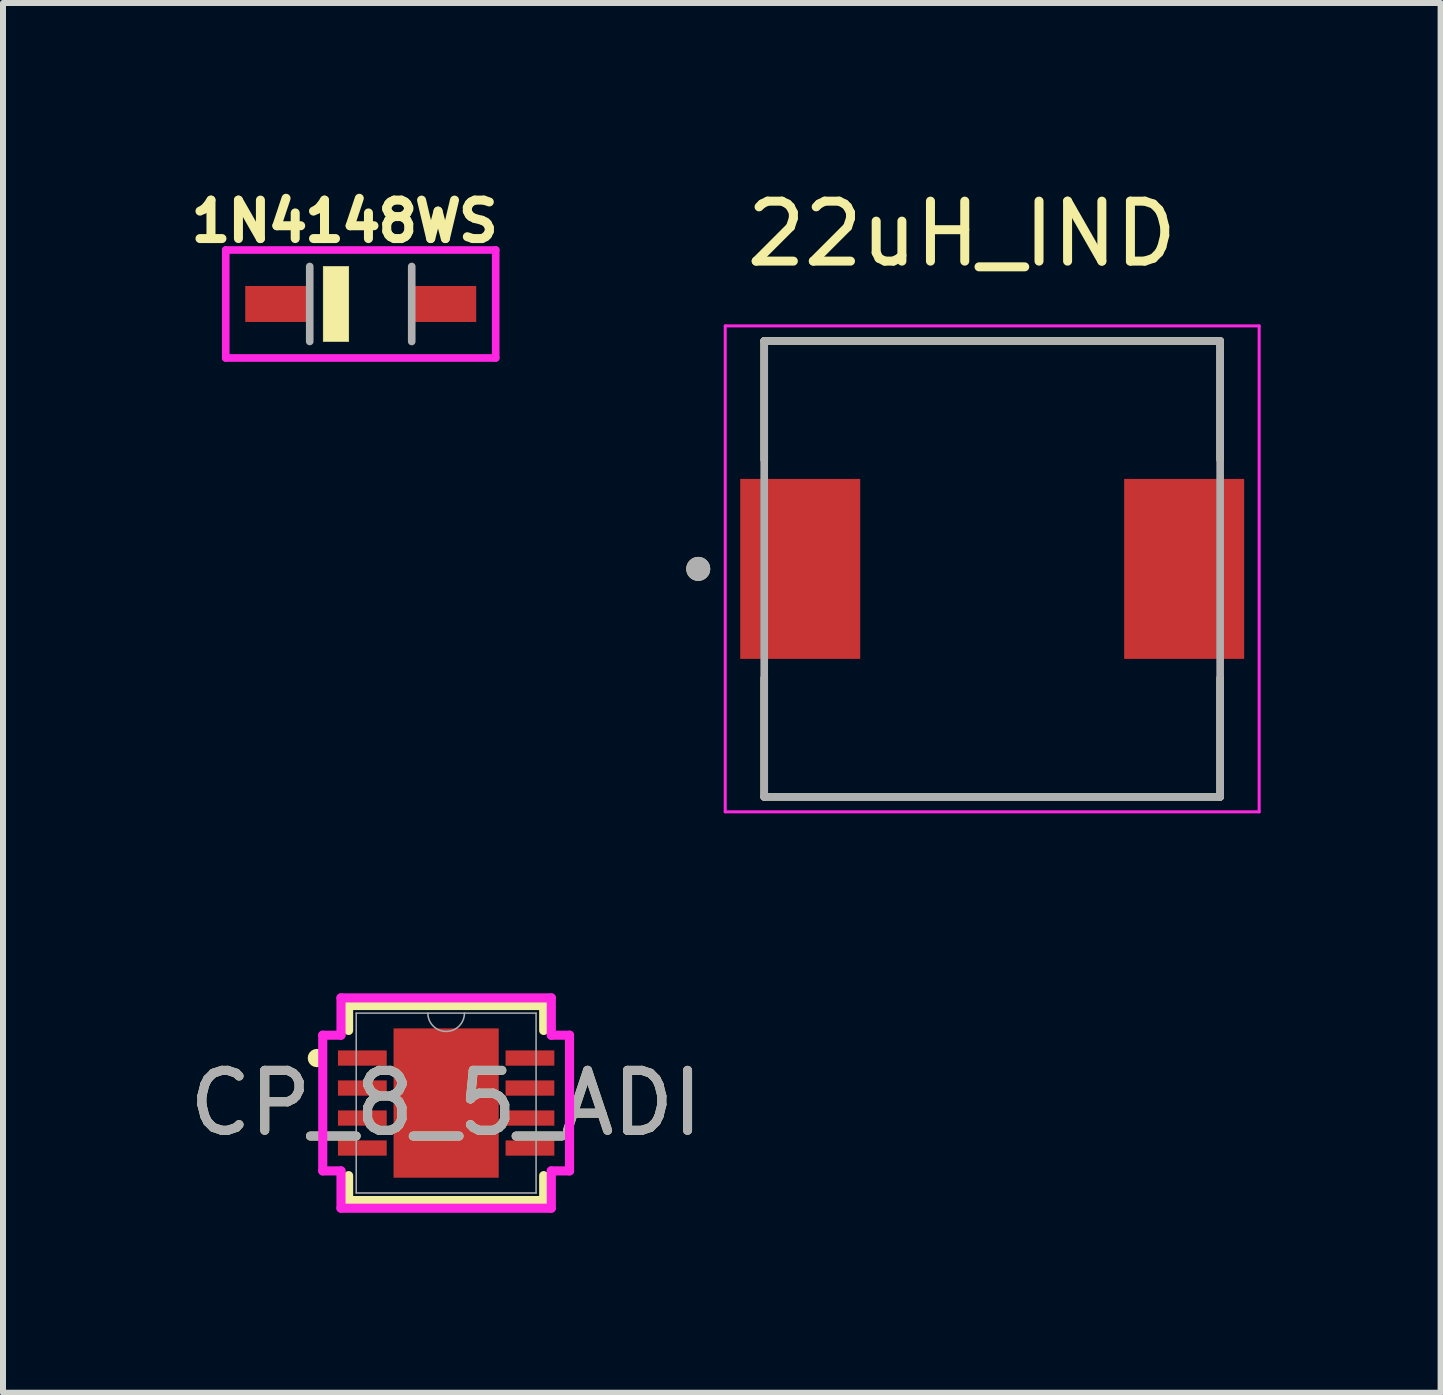
<source format=kicad_pcb>
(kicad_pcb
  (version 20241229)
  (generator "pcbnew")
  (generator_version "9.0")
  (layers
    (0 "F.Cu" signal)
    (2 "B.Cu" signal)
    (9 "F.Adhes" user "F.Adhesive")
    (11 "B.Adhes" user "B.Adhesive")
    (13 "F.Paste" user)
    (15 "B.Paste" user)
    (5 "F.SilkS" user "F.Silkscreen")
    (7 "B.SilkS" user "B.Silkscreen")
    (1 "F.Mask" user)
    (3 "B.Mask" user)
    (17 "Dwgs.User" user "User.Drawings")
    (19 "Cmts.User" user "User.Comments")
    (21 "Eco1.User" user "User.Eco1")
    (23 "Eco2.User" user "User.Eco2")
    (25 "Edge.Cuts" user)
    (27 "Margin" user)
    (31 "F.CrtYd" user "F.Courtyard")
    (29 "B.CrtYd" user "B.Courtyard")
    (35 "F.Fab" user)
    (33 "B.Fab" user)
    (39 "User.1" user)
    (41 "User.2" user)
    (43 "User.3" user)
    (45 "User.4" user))
  (footprint "22uH_IND"
    (layer "F.Cu")
    (at 13.489 6.433)
    (property "Reference" "22uH_IND" (at -0.505 -5.585 0) (layer "F.SilkS") (effects (font (size 1 1) (thickness 0.15))))
    (attr smd)
    (fp_line (start -3.8 -3.8) (end 3.8 -3.8) (stroke (width 0.127) (type solid)) (layer "F.SilkS"))
    (fp_line (start -3.8 -1.82) (end -3.8 -3.8) (stroke (width 0.127) (type solid)) (layer "F.SilkS"))
    (fp_line (start -3.8 1.82) (end -3.8 3.8) (stroke (width 0.127) (type solid)) (layer "F.SilkS"))
    (fp_line (start -3.8 3.8) (end 3.8 3.8) (stroke (width 0.127) (type solid)) (layer "F.SilkS"))
    (fp_line (start 3.8 -3.8) (end 3.8 -1.82) (stroke (width 0.127) (type solid)) (layer "F.SilkS"))
    (fp_line (start 3.8 3.8) (end 3.8 1.82) (stroke (width 0.127) (type solid)) (layer "F.SilkS"))
    (fp_circle (center -4.9 0) (end -4.8 0) (stroke (width 0.2) (type solid)) (fill no) (layer "F.SilkS"))
    (fp_line (start -4.45 -4.05) (end 4.45 -4.05) (stroke (width 0.05) (type solid)) (layer "F.CrtYd"))
    (fp_line (start -4.45 4.05) (end -4.45 -4.05) (stroke (width 0.05) (type solid)) (layer "F.CrtYd"))
    (fp_line (start 4.45 -4.05) (end 4.45 4.05) (stroke (width 0.05) (type solid)) (layer "F.CrtYd"))
    (fp_line (start 4.45 4.05) (end -4.45 4.05) (stroke (width 0.05) (type solid)) (layer "F.CrtYd"))
    (fp_line (start -3.8 -3.8) (end 3.8 -3.8) (stroke (width 0.127) (type solid)) (layer "F.Fab"))
    (fp_line (start -3.8 3.8) (end -3.8 -3.8) (stroke (width 0.127) (type solid)) (layer "F.Fab"))
    (fp_line (start 3.8 -3.8) (end 3.8 3.8) (stroke (width 0.127) (type solid)) (layer "F.Fab"))
    (fp_line (start 3.8 3.8) (end -3.8 3.8) (stroke (width 0.127) (type solid)) (layer "F.Fab"))
    (fp_circle (center -4.9 0) (end -4.8 0) (stroke (width 0.2) (type solid)) (fill no) (layer "F.Fab"))
    (pad "1" smd rect (at -3.2 0) (size 2 3) (layers "F.Cu" "F.Mask" "F.Paste"))
    (pad "2" smd rect (at 3.2 0) (size 2 3) (layers "F.Cu" "F.Mask" "F.Paste")))
  (footprint "1N4148WS"
    (layer "F.Cu")
    (at 2.963 2.017)
    (property "Reference" "1N4148WS" (at -0.268 -1.379 0) (layer "F.SilkS") (effects (font (size 0.641 0.641) (thickness 0.15))))
    (attr smd)
    (fp_poly (pts (xy -0.625 -0.625) (xy -0.2 -0.625) (xy -0.2 0.625) (xy -0.625 0.625)) (stroke (width 0.01) (type solid)) (fill yes) (layer "F.SilkS"))
    (fp_line (start -2.25 -0.9) (end -2.25 0.9) (stroke (width 0.127) (type solid)) (layer "F.CrtYd"))
    (fp_line (start -2.25 0.9) (end 2.25 0.9) (stroke (width 0.127) (type solid)) (layer "F.CrtYd"))
    (fp_line (start 2.25 -0.9) (end -2.25 -0.9) (stroke (width 0.127) (type solid)) (layer "F.CrtYd"))
    (fp_line (start 2.25 0.9) (end 2.25 -0.9) (stroke (width 0.127) (type solid)) (layer "F.CrtYd"))
    (fp_line (start -0.85 0.625) (end -0.85 -0.625) (stroke (width 0.127) (type solid)) (layer "F.Fab"))
    (fp_line (start 0.85 -0.625) (end 0.85 0.625) (stroke (width 0.127) (type solid)) (layer "F.Fab"))
    (pad "A" smd rect (at 1.4 0) (size 1.05 0.6) (layers "F.Cu" "F.Mask" "F.Paste"))
    (pad "C" smd rect (at -1.4 0) (size 1.05 0.6) (layers "F.Cu" "F.Mask" "F.Paste")))
  (footprint "CP_8_5_ADI"
    (layer "F.Cu")
    (at 4.387 15.337)
    (property "Reference" "CP_8_5_ADI" (at 0 0 0) (unlocked yes) (layer "F.SilkS") (effects (font (size 1 1) (thickness 0.15))))
    (attr smd)
    (fp_line (start -1.626 -1.626) (end -1.626 -1.21) (stroke (width 0.152) (type solid)) (layer "F.SilkS"))
    (fp_line (start -1.626 1.21) (end -1.626 1.626) (stroke (width 0.152) (type solid)) (layer "F.SilkS"))
    (fp_line (start -1.626 1.626) (end 1.626 1.626) (stroke (width 0.152) (type solid)) (layer "F.SilkS"))
    (fp_line (start 1.626 -1.626) (end -1.626 -1.626) (stroke (width 0.152) (type solid)) (layer "F.SilkS"))
    (fp_line (start 1.626 -1.21) (end 1.626 -1.626) (stroke (width 0.152) (type solid)) (layer "F.SilkS"))
    (fp_line (start 1.626 1.626) (end 1.626 1.21) (stroke (width 0.152) (type solid)) (layer "F.SilkS"))
    (fp_arc (start -2.13614 -0.676171) (mid -2.2312 -0.75) (end -2.13614 -0.823829) (stroke (width 0.1524) (type solid)) (layer "F.SilkS"))
    (fp_line (start -2.057 -1.131) (end -1.753 -1.131) (stroke (width 0.152) (type solid)) (layer "F.CrtYd"))
    (fp_line (start -2.057 1.131) (end -2.057 -1.131) (stroke (width 0.152) (type solid)) (layer "F.CrtYd"))
    (fp_line (start -2.057 1.131) (end -1.753 1.131) (stroke (width 0.152) (type solid)) (layer "F.CrtYd"))
    (fp_line (start -1.753 -1.753) (end 1.753 -1.753) (stroke (width 0.152) (type solid)) (layer "F.CrtYd"))
    (fp_line (start -1.753 -1.131) (end -1.753 -1.753) (stroke (width 0.152) (type solid)) (layer "F.CrtYd"))
    (fp_line (start -1.753 1.753) (end -1.753 1.131) (stroke (width 0.152) (type solid)) (layer "F.CrtYd"))
    (fp_line (start 1.753 -1.753) (end 1.753 -1.131) (stroke (width 0.152) (type solid)) (layer "F.CrtYd"))
    (fp_line (start 1.753 1.131) (end 1.753 1.753) (stroke (width 0.152) (type solid)) (layer "F.CrtYd"))
    (fp_line (start 1.753 1.753) (end -1.753 1.753) (stroke (width 0.152) (type solid)) (layer "F.CrtYd"))
    (fp_line (start 2.057 -1.131) (end 1.753 -1.131) (stroke (width 0.152) (type solid)) (layer "F.CrtYd"))
    (fp_line (start 2.057 -1.131) (end 2.057 1.131) (stroke (width 0.152) (type solid)) (layer "F.CrtYd"))
    (fp_line (start 2.057 1.131) (end 1.753 1.131) (stroke (width 0.152) (type solid)) (layer "F.CrtYd"))
    (fp_line (start -1.499 -1.499) (end -1.499 1.499) (stroke (width 0.025) (type solid)) (layer "F.Fab"))
    (fp_line (start -1.499 1.499) (end 1.499 1.499) (stroke (width 0.025) (type solid)) (layer "F.Fab"))
    (fp_line (start 1.499 -1.499) (end -1.499 -1.499) (stroke (width 0.025) (type solid)) (layer "F.Fab"))
    (fp_line (start 1.499 1.499) (end 1.499 -1.499) (stroke (width 0.025) (type solid)) (layer "F.Fab"))
    (fp_arc (start 0.3048 -1.4986) (mid 0 -1.1938) (end -0.3048 -1.4986) (stroke (width 0.0254) (type solid)) (layer "F.Fab"))
    (fp_text user "${REFERENCE}" (at 0 0 0) (unlocked yes) (layer "F.Fab") (effects (font (size 1 1) (thickness 0.15))))
    (pad "1" smd rect (at -1.397 -0.75) (size 0.813 0.254) (layers "F.Cu" "F.Mask" "F.Paste"))
    (pad "2" smd rect (at -1.397 -0.25) (size 0.813 0.254) (layers "F.Cu" "F.Mask" "F.Paste"))
    (pad "3" smd rect (at -1.397 0.25) (size 0.813 0.254) (layers "F.Cu" "F.Mask" "F.Paste"))
    (pad "4" smd rect (at -1.397 0.75) (size 0.813 0.254) (layers "F.Cu" "F.Mask" "F.Paste"))
    (pad "5" smd rect (at 1.397 0.75) (size 0.813 0.254) (layers "F.Cu" "F.Mask" "F.Paste"))
    (pad "6" smd rect (at 1.397 0.25) (size 0.813 0.254) (layers "F.Cu" "F.Mask" "F.Paste"))
    (pad "7" smd rect (at 1.397 -0.25) (size 0.813 0.254) (layers "F.Cu" "F.Mask" "F.Paste"))
    (pad "8" smd rect (at 1.397 -0.75) (size 0.813 0.254) (layers "F.Cu" "F.Mask" "F.Paste"))
    (pad "9" smd rect (at 0 0) (size 1.753 2.489) (layers "F.Cu" "F.Mask" "F.Paste")))
  (gr_rect
    (start -3 -3)
    (end 20.964 20.166)
    (stroke (width 0.1) (type default))
    (fill no)
    (layer "Edge.Cuts")))
</source>
